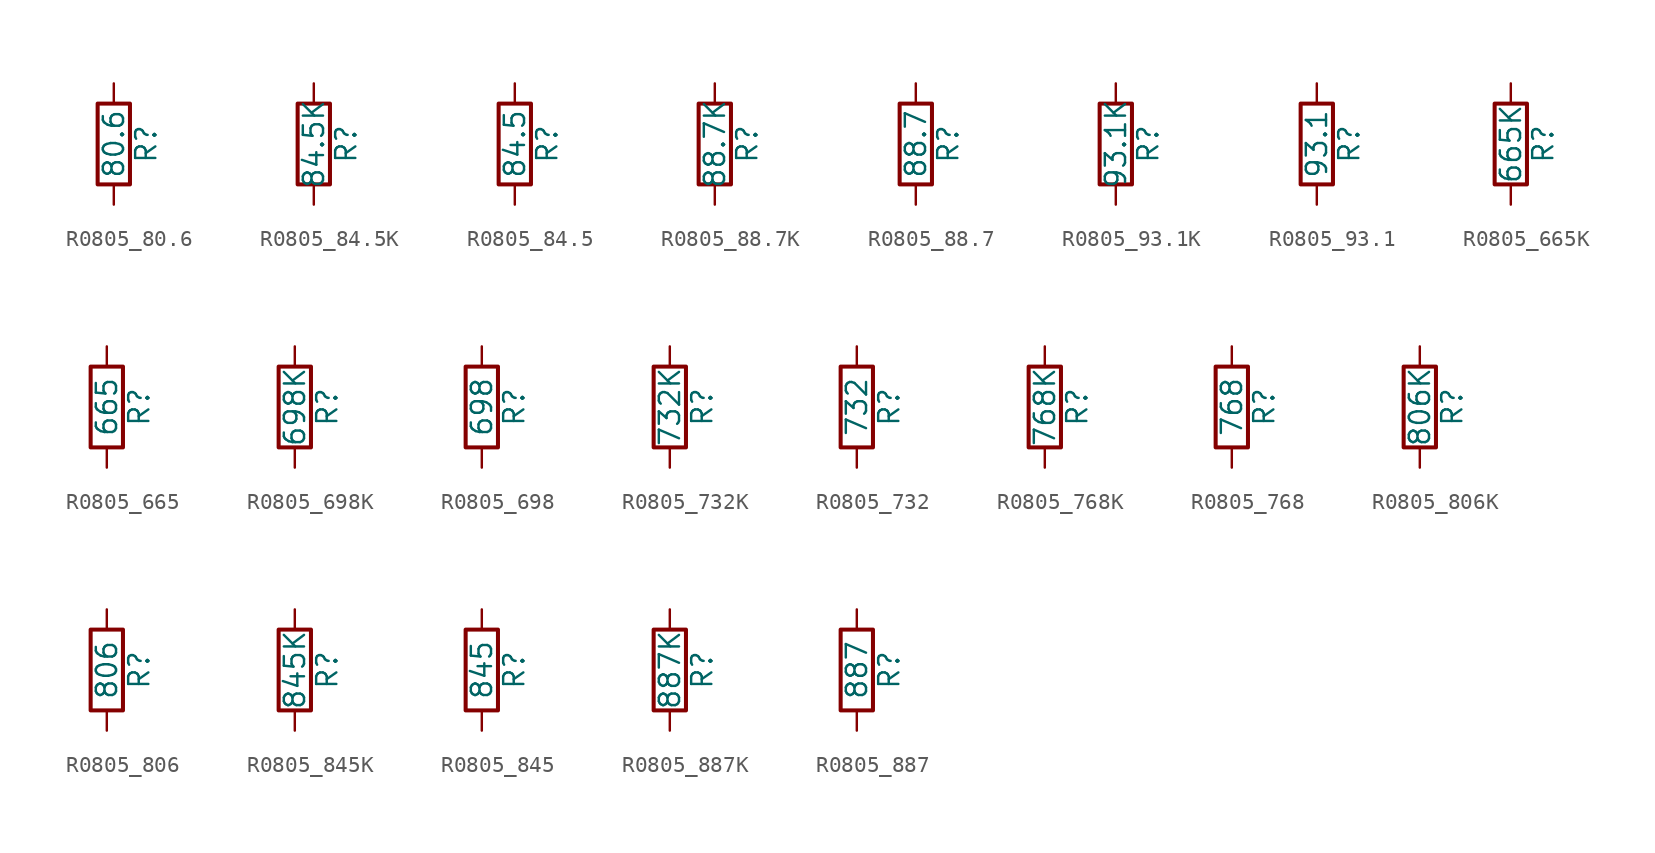
<source format=kicad_sym>
(kicad_symbol_lib
  (version 20211014)
  (generator atlantix-eda)
  (symbol "R0805_80.6"
    (pin_numbers hide)
    (pin_names
      (offset 0))
    (property "Reference" "R"
      (at 2.032 0 90)
      (effects (font (size 1.27 1.27))))
    (property "Value" "80.6"
      (at 0 0 90)
      (effects (font (size 1.27 1.27))))
    (symbol "R0805_80.6_0_1"
      (rectangle (start -1.016 -2.54) (end 1.016 2.54) (stroke (width 0.254) (type default) (color 0 0 0 0)) (fill (type none))))
    (symbol "R0805_80.6_1_1"
      (pin passive line (at 0 3.81 270) (length 1.27) (name "~" (effects (font (size 1.27 1.27)))) (number "1" (effects (font (size 1.27 1.27)))))
      (pin passive line (at 0 -3.81 90) (length 1.27) (name "~" (effects (font (size 1.27 1.27)))) (number "2" (effects (font (size 1.27 1.27)))))))
  (symbol "R0805_84.5K"
    (pin_numbers hide)
    (pin_names
      (offset 0))
    (property "Reference" "R"
      (at 2.032 0 90)
      (effects (font (size 1.27 1.27))))
    (property "Value" "84.5K"
      (at 0 0 90)
      (effects (font (size 1.27 1.27))))
    (symbol "R0805_84.5K_0_1"
      (rectangle (start -1.016 -2.54) (end 1.016 2.54) (stroke (width 0.254) (type default) (color 0 0 0 0)) (fill (type none))))
    (symbol "R0805_84.5K_1_1"
      (pin passive line (at 0 3.81 270) (length 1.27) (name "~" (effects (font (size 1.27 1.27)))) (number "1" (effects (font (size 1.27 1.27)))))
      (pin passive line (at 0 -3.81 90) (length 1.27) (name "~" (effects (font (size 1.27 1.27)))) (number "2" (effects (font (size 1.27 1.27)))))))
  (symbol "R0805_84.5"
    (pin_numbers hide)
    (pin_names
      (offset 0))
    (property "Reference" "R"
      (at 2.032 0 90)
      (effects (font (size 1.27 1.27))))
    (property "Value" "84.5"
      (at 0 0 90)
      (effects (font (size 1.27 1.27))))
    (symbol "R0805_84.5_0_1"
      (rectangle (start -1.016 -2.54) (end 1.016 2.54) (stroke (width 0.254) (type default) (color 0 0 0 0)) (fill (type none))))
    (symbol "R0805_84.5_1_1"
      (pin passive line (at 0 3.81 270) (length 1.27) (name "~" (effects (font (size 1.27 1.27)))) (number "1" (effects (font (size 1.27 1.27)))))
      (pin passive line (at 0 -3.81 90) (length 1.27) (name "~" (effects (font (size 1.27 1.27)))) (number "2" (effects (font (size 1.27 1.27)))))))
  (symbol "R0805_88.7K"
    (pin_numbers hide)
    (pin_names
      (offset 0))
    (property "Reference" "R"
      (at 2.032 0 90)
      (effects (font (size 1.27 1.27))))
    (property "Value" "88.7K"
      (at 0 0 90)
      (effects (font (size 1.27 1.27))))
    (symbol "R0805_88.7K_0_1"
      (rectangle (start -1.016 -2.54) (end 1.016 2.54) (stroke (width 0.254) (type default) (color 0 0 0 0)) (fill (type none))))
    (symbol "R0805_88.7K_1_1"
      (pin passive line (at 0 3.81 270) (length 1.27) (name "~" (effects (font (size 1.27 1.27)))) (number "1" (effects (font (size 1.27 1.27)))))
      (pin passive line (at 0 -3.81 90) (length 1.27) (name "~" (effects (font (size 1.27 1.27)))) (number "2" (effects (font (size 1.27 1.27)))))))
  (symbol "R0805_88.7"
    (pin_numbers hide)
    (pin_names
      (offset 0))
    (property "Reference" "R"
      (at 2.032 0 90)
      (effects (font (size 1.27 1.27))))
    (property "Value" "88.7"
      (at 0 0 90)
      (effects (font (size 1.27 1.27))))
    (symbol "R0805_88.7_0_1"
      (rectangle (start -1.016 -2.54) (end 1.016 2.54) (stroke (width 0.254) (type default) (color 0 0 0 0)) (fill (type none))))
    (symbol "R0805_88.7_1_1"
      (pin passive line (at 0 3.81 270) (length 1.27) (name "~" (effects (font (size 1.27 1.27)))) (number "1" (effects (font (size 1.27 1.27)))))
      (pin passive line (at 0 -3.81 90) (length 1.27) (name "~" (effects (font (size 1.27 1.27)))) (number "2" (effects (font (size 1.27 1.27)))))))
  (symbol "R0805_93.1K"
    (pin_numbers hide)
    (pin_names
      (offset 0))
    (property "Reference" "R"
      (at 2.032 0 90)
      (effects (font (size 1.27 1.27))))
    (property "Value" "93.1K"
      (at 0 0 90)
      (effects (font (size 1.27 1.27))))
    (symbol "R0805_93.1K_0_1"
      (rectangle (start -1.016 -2.54) (end 1.016 2.54) (stroke (width 0.254) (type default) (color 0 0 0 0)) (fill (type none))))
    (symbol "R0805_93.1K_1_1"
      (pin passive line (at 0 3.81 270) (length 1.27) (name "~" (effects (font (size 1.27 1.27)))) (number "1" (effects (font (size 1.27 1.27)))))
      (pin passive line (at 0 -3.81 90) (length 1.27) (name "~" (effects (font (size 1.27 1.27)))) (number "2" (effects (font (size 1.27 1.27)))))))
  (symbol "R0805_93.1"
    (pin_numbers hide)
    (pin_names
      (offset 0))
    (property "Reference" "R"
      (at 2.032 0 90)
      (effects (font (size 1.27 1.27))))
    (property "Value" "93.1"
      (at 0 0 90)
      (effects (font (size 1.27 1.27))))
    (symbol "R0805_93.1_0_1"
      (rectangle (start -1.016 -2.54) (end 1.016 2.54) (stroke (width 0.254) (type default) (color 0 0 0 0)) (fill (type none))))
    (symbol "R0805_93.1_1_1"
      (pin passive line (at 0 3.81 270) (length 1.27) (name "~" (effects (font (size 1.27 1.27)))) (number "1" (effects (font (size 1.27 1.27)))))
      (pin passive line (at 0 -3.81 90) (length 1.27) (name "~" (effects (font (size 1.27 1.27)))) (number "2" (effects (font (size 1.27 1.27)))))))
  (symbol "R0805_665K"
    (pin_numbers hide)
    (pin_names
      (offset 0))
    (property "Reference" "R"
      (at 2.032 0 90)
      (effects (font (size 1.27 1.27))))
    (property "Value" "665K"
      (at 0 0 90)
      (effects (font (size 1.27 1.27))))
    (symbol "R0805_665K_0_1"
      (rectangle (start -1.016 -2.54) (end 1.016 2.54) (stroke (width 0.254) (type default) (color 0 0 0 0)) (fill (type none))))
    (symbol "R0805_665K_1_1"
      (pin passive line (at 0 3.81 270) (length 1.27) (name "~" (effects (font (size 1.27 1.27)))) (number "1" (effects (font (size 1.27 1.27)))))
      (pin passive line (at 0 -3.81 90) (length 1.27) (name "~" (effects (font (size 1.27 1.27)))) (number "2" (effects (font (size 1.27 1.27)))))))
  (symbol "R0805_665"
    (pin_numbers hide)
    (pin_names
      (offset 0))
    (property "Reference" "R"
      (at 2.032 0 90)
      (effects (font (size 1.27 1.27))))
    (property "Value" "665"
      (at 0 0 90)
      (effects (font (size 1.27 1.27))))
    (symbol "R0805_665_0_1"
      (rectangle (start -1.016 -2.54) (end 1.016 2.54) (stroke (width 0.254) (type default) (color 0 0 0 0)) (fill (type none))))
    (symbol "R0805_665_1_1"
      (pin passive line (at 0 3.81 270) (length 1.27) (name "~" (effects (font (size 1.27 1.27)))) (number "1" (effects (font (size 1.27 1.27)))))
      (pin passive line (at 0 -3.81 90) (length 1.27) (name "~" (effects (font (size 1.27 1.27)))) (number "2" (effects (font (size 1.27 1.27)))))))
  (symbol "R0805_698K"
    (pin_numbers hide)
    (pin_names
      (offset 0))
    (property "Reference" "R"
      (at 2.032 0 90)
      (effects (font (size 1.27 1.27))))
    (property "Value" "698K"
      (at 0 0 90)
      (effects (font (size 1.27 1.27))))
    (symbol "R0805_698K_0_1"
      (rectangle (start -1.016 -2.54) (end 1.016 2.54) (stroke (width 0.254) (type default) (color 0 0 0 0)) (fill (type none))))
    (symbol "R0805_698K_1_1"
      (pin passive line (at 0 3.81 270) (length 1.27) (name "~" (effects (font (size 1.27 1.27)))) (number "1" (effects (font (size 1.27 1.27)))))
      (pin passive line (at 0 -3.81 90) (length 1.27) (name "~" (effects (font (size 1.27 1.27)))) (number "2" (effects (font (size 1.27 1.27)))))))
  (symbol "R0805_698"
    (pin_numbers hide)
    (pin_names
      (offset 0))
    (property "Reference" "R"
      (at 2.032 0 90)
      (effects (font (size 1.27 1.27))))
    (property "Value" "698"
      (at 0 0 90)
      (effects (font (size 1.27 1.27))))
    (symbol "R0805_698_0_1"
      (rectangle (start -1.016 -2.54) (end 1.016 2.54) (stroke (width 0.254) (type default) (color 0 0 0 0)) (fill (type none))))
    (symbol "R0805_698_1_1"
      (pin passive line (at 0 3.81 270) (length 1.27) (name "~" (effects (font (size 1.27 1.27)))) (number "1" (effects (font (size 1.27 1.27)))))
      (pin passive line (at 0 -3.81 90) (length 1.27) (name "~" (effects (font (size 1.27 1.27)))) (number "2" (effects (font (size 1.27 1.27)))))))
  (symbol "R0805_732K"
    (pin_numbers hide)
    (pin_names
      (offset 0))
    (property "Reference" "R"
      (at 2.032 0 90)
      (effects (font (size 1.27 1.27))))
    (property "Value" "732K"
      (at 0 0 90)
      (effects (font (size 1.27 1.27))))
    (symbol "R0805_732K_0_1"
      (rectangle (start -1.016 -2.54) (end 1.016 2.54) (stroke (width 0.254) (type default) (color 0 0 0 0)) (fill (type none))))
    (symbol "R0805_732K_1_1"
      (pin passive line (at 0 3.81 270) (length 1.27) (name "~" (effects (font (size 1.27 1.27)))) (number "1" (effects (font (size 1.27 1.27)))))
      (pin passive line (at 0 -3.81 90) (length 1.27) (name "~" (effects (font (size 1.27 1.27)))) (number "2" (effects (font (size 1.27 1.27)))))))
  (symbol "R0805_732"
    (pin_numbers hide)
    (pin_names
      (offset 0))
    (property "Reference" "R"
      (at 2.032 0 90)
      (effects (font (size 1.27 1.27))))
    (property "Value" "732"
      (at 0 0 90)
      (effects (font (size 1.27 1.27))))
    (symbol "R0805_732_0_1"
      (rectangle (start -1.016 -2.54) (end 1.016 2.54) (stroke (width 0.254) (type default) (color 0 0 0 0)) (fill (type none))))
    (symbol "R0805_732_1_1"
      (pin passive line (at 0 3.81 270) (length 1.27) (name "~" (effects (font (size 1.27 1.27)))) (number "1" (effects (font (size 1.27 1.27)))))
      (pin passive line (at 0 -3.81 90) (length 1.27) (name "~" (effects (font (size 1.27 1.27)))) (number "2" (effects (font (size 1.27 1.27)))))))
  (symbol "R0805_768K"
    (pin_numbers hide)
    (pin_names
      (offset 0))
    (property "Reference" "R"
      (at 2.032 0 90)
      (effects (font (size 1.27 1.27))))
    (property "Value" "768K"
      (at 0 0 90)
      (effects (font (size 1.27 1.27))))
    (symbol "R0805_768K_0_1"
      (rectangle (start -1.016 -2.54) (end 1.016 2.54) (stroke (width 0.254) (type default) (color 0 0 0 0)) (fill (type none))))
    (symbol "R0805_768K_1_1"
      (pin passive line (at 0 3.81 270) (length 1.27) (name "~" (effects (font (size 1.27 1.27)))) (number "1" (effects (font (size 1.27 1.27)))))
      (pin passive line (at 0 -3.81 90) (length 1.27) (name "~" (effects (font (size 1.27 1.27)))) (number "2" (effects (font (size 1.27 1.27)))))))
  (symbol "R0805_768"
    (pin_numbers hide)
    (pin_names
      (offset 0))
    (property "Reference" "R"
      (at 2.032 0 90)
      (effects (font (size 1.27 1.27))))
    (property "Value" "768"
      (at 0 0 90)
      (effects (font (size 1.27 1.27))))
    (symbol "R0805_768_0_1"
      (rectangle (start -1.016 -2.54) (end 1.016 2.54) (stroke (width 0.254) (type default) (color 0 0 0 0)) (fill (type none))))
    (symbol "R0805_768_1_1"
      (pin passive line (at 0 3.81 270) (length 1.27) (name "~" (effects (font (size 1.27 1.27)))) (number "1" (effects (font (size 1.27 1.27)))))
      (pin passive line (at 0 -3.81 90) (length 1.27) (name "~" (effects (font (size 1.27 1.27)))) (number "2" (effects (font (size 1.27 1.27)))))))
  (symbol "R0805_806K"
    (pin_numbers hide)
    (pin_names
      (offset 0))
    (property "Reference" "R"
      (at 2.032 0 90)
      (effects (font (size 1.27 1.27))))
    (property "Value" "806K"
      (at 0 0 90)
      (effects (font (size 1.27 1.27))))
    (symbol "R0805_806K_0_1"
      (rectangle (start -1.016 -2.54) (end 1.016 2.54) (stroke (width 0.254) (type default) (color 0 0 0 0)) (fill (type none))))
    (symbol "R0805_806K_1_1"
      (pin passive line (at 0 3.81 270) (length 1.27) (name "~" (effects (font (size 1.27 1.27)))) (number "1" (effects (font (size 1.27 1.27)))))
      (pin passive line (at 0 -3.81 90) (length 1.27) (name "~" (effects (font (size 1.27 1.27)))) (number "2" (effects (font (size 1.27 1.27)))))))
  (symbol "R0805_806"
    (pin_numbers hide)
    (pin_names
      (offset 0))
    (property "Reference" "R"
      (at 2.032 0 90)
      (effects (font (size 1.27 1.27))))
    (property "Value" "806"
      (at 0 0 90)
      (effects (font (size 1.27 1.27))))
    (symbol "R0805_806_0_1"
      (rectangle (start -1.016 -2.54) (end 1.016 2.54) (stroke (width 0.254) (type default) (color 0 0 0 0)) (fill (type none))))
    (symbol "R0805_806_1_1"
      (pin passive line (at 0 3.81 270) (length 1.27) (name "~" (effects (font (size 1.27 1.27)))) (number "1" (effects (font (size 1.27 1.27)))))
      (pin passive line (at 0 -3.81 90) (length 1.27) (name "~" (effects (font (size 1.27 1.27)))) (number "2" (effects (font (size 1.27 1.27)))))))
  (symbol "R0805_845K"
    (pin_numbers hide)
    (pin_names
      (offset 0))
    (property "Reference" "R"
      (at 2.032 0 90)
      (effects (font (size 1.27 1.27))))
    (property "Value" "845K"
      (at 0 0 90)
      (effects (font (size 1.27 1.27))))
    (symbol "R0805_845K_0_1"
      (rectangle (start -1.016 -2.54) (end 1.016 2.54) (stroke (width 0.254) (type default) (color 0 0 0 0)) (fill (type none))))
    (symbol "R0805_845K_1_1"
      (pin passive line (at 0 3.81 270) (length 1.27) (name "~" (effects (font (size 1.27 1.27)))) (number "1" (effects (font (size 1.27 1.27)))))
      (pin passive line (at 0 -3.81 90) (length 1.27) (name "~" (effects (font (size 1.27 1.27)))) (number "2" (effects (font (size 1.27 1.27)))))))
  (symbol "R0805_845"
    (pin_numbers hide)
    (pin_names
      (offset 0))
    (property "Reference" "R"
      (at 2.032 0 90)
      (effects (font (size 1.27 1.27))))
    (property "Value" "845"
      (at 0 0 90)
      (effects (font (size 1.27 1.27))))
    (symbol "R0805_845_0_1"
      (rectangle (start -1.016 -2.54) (end 1.016 2.54) (stroke (width 0.254) (type default) (color 0 0 0 0)) (fill (type none))))
    (symbol "R0805_845_1_1"
      (pin passive line (at 0 3.81 270) (length 1.27) (name "~" (effects (font (size 1.27 1.27)))) (number "1" (effects (font (size 1.27 1.27)))))
      (pin passive line (at 0 -3.81 90) (length 1.27) (name "~" (effects (font (size 1.27 1.27)))) (number "2" (effects (font (size 1.27 1.27)))))))
  (symbol "R0805_887K"
    (pin_numbers hide)
    (pin_names
      (offset 0))
    (property "Reference" "R"
      (at 2.032 0 90)
      (effects (font (size 1.27 1.27))))
    (property "Value" "887K"
      (at 0 0 90)
      (effects (font (size 1.27 1.27))))
    (symbol "R0805_887K_0_1"
      (rectangle (start -1.016 -2.54) (end 1.016 2.54) (stroke (width 0.254) (type default) (color 0 0 0 0)) (fill (type none))))
    (symbol "R0805_887K_1_1"
      (pin passive line (at 0 3.81 270) (length 1.27) (name "~" (effects (font (size 1.27 1.27)))) (number "1" (effects (font (size 1.27 1.27)))))
      (pin passive line (at 0 -3.81 90) (length 1.27) (name "~" (effects (font (size 1.27 1.27)))) (number "2" (effects (font (size 1.27 1.27)))))))
  (symbol "R0805_887"
    (pin_numbers hide)
    (pin_names
      (offset 0))
    (property "Reference" "R"
      (at 2.032 0 90)
      (effects (font (size 1.27 1.27))))
    (property "Value" "887"
      (at 0 0 90)
      (effects (font (size 1.27 1.27))))
    (symbol "R0805_887_0_1"
      (rectangle (start -1.016 -2.54) (end 1.016 2.54) (stroke (width 0.254) (type default) (color 0 0 0 0)) (fill (type none))))
    (symbol "R0805_887_1_1"
      (pin passive line (at 0 3.81 270) (length 1.27) (name "~" (effects (font (size 1.27 1.27)))) (number "1" (effects (font (size 1.27 1.27)))))
      (pin passive line (at 0 -3.81 90) (length 1.27) (name "~" (effects (font (size 1.27 1.27)))) (number "2" (effects (font (size 1.27 1.27))))))))
</source>
